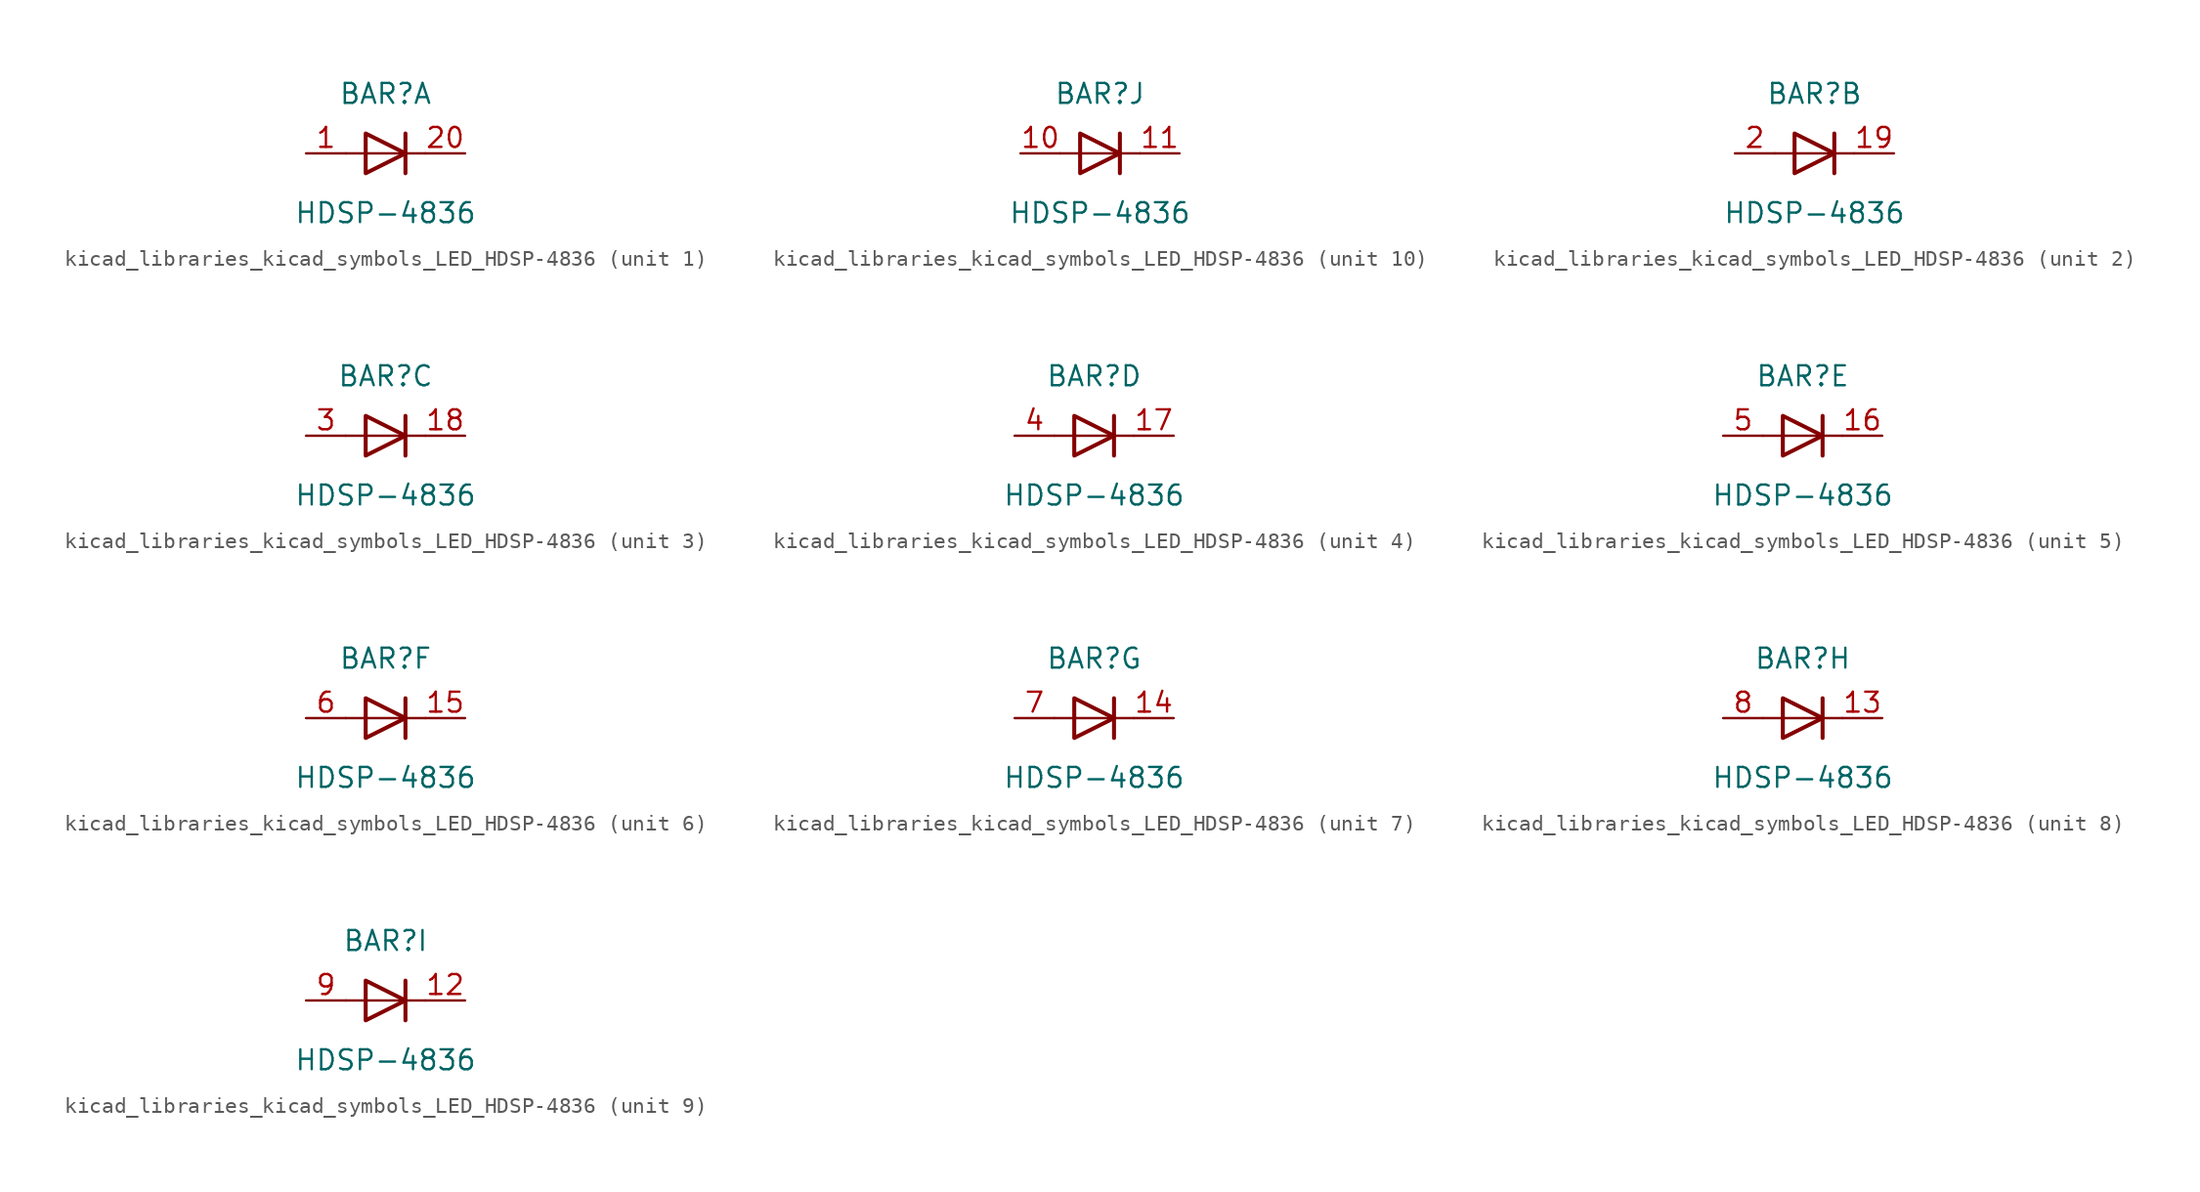
<source format=kicad_sym>
(kicad_symbol_lib
  (version 20220914)
  (generator kicad_symbol_editor)
  (symbol "kicad_libraries_kicad_symbols_LED_HDSP-4836"
    (pin_names
      (offset 1.016) hide)
    (property "Reference" "BAR"
      (at 0 3.81 0)
      (effects (font (size 1.27 1.27))))
    (property "Value" "HDSP-4836"
      (at 0 -3.81 0)
      (effects (font (size 1.27 1.27))))
    (symbol "kicad_libraries_kicad_symbols_LED_HDSP-4836_0_1"
      (polyline (pts (xy -2.54 0) (xy 2.54 0)) (stroke (width 0) (type default)) (fill (type none)))
      (polyline (pts (xy 1.27 -1.27) (xy 1.27 1.27)) (stroke (width 0.254) (type default)) (fill (type none)))
      (polyline (pts (xy -1.27 1.27) (xy -1.27 -1.27) (xy 1.27 0) (xy -1.27 1.27)) (stroke (width 0.254) (type default)) (fill (type none))))
    (symbol "kicad_libraries_kicad_symbols_LED_HDSP-4836_1_1"
      (pin passive line (at -5.08 0 0) (length 2.54) (name "A" (effects (font (size 1.27 1.27)))) (number "1" (effects (font (size 1.27 1.27)))))
      (pin passive line (at 5.08 0 180) (length 2.54) (name "K" (effects (font (size 1.27 1.27)))) (number "20" (effects (font (size 1.27 1.27))))))
    (symbol "kicad_libraries_kicad_symbols_LED_HDSP-4836_2_1"
      (pin passive line (at 5.08 0 180) (length 2.54) (name "K" (effects (font (size 1.27 1.27)))) (number "19" (effects (font (size 1.27 1.27)))))
      (pin passive line (at -5.08 0 0) (length 2.54) (name "A" (effects (font (size 1.27 1.27)))) (number "2" (effects (font (size 1.27 1.27))))))
    (symbol "kicad_libraries_kicad_symbols_LED_HDSP-4836_3_1"
      (pin passive line (at 5.08 0 180) (length 2.54) (name "K" (effects (font (size 1.27 1.27)))) (number "18" (effects (font (size 1.27 1.27)))))
      (pin passive line (at -5.08 0 0) (length 2.54) (name "A" (effects (font (size 1.27 1.27)))) (number "3" (effects (font (size 1.27 1.27))))))
    (symbol "kicad_libraries_kicad_symbols_LED_HDSP-4836_4_1"
      (pin passive line (at 5.08 0 180) (length 2.54) (name "K" (effects (font (size 1.27 1.27)))) (number "17" (effects (font (size 1.27 1.27)))))
      (pin passive line (at -5.08 0 0) (length 2.54) (name "A" (effects (font (size 1.27 1.27)))) (number "4" (effects (font (size 1.27 1.27))))))
    (symbol "kicad_libraries_kicad_symbols_LED_HDSP-4836_5_1"
      (pin passive line (at 5.08 0 180) (length 2.54) (name "K" (effects (font (size 1.27 1.27)))) (number "16" (effects (font (size 1.27 1.27)))))
      (pin passive line (at -5.08 0 0) (length 2.54) (name "A" (effects (font (size 1.27 1.27)))) (number "5" (effects (font (size 1.27 1.27))))))
    (symbol "kicad_libraries_kicad_symbols_LED_HDSP-4836_6_1"
      (pin passive line (at 5.08 0 180) (length 2.54) (name "K" (effects (font (size 1.27 1.27)))) (number "15" (effects (font (size 1.27 1.27)))))
      (pin passive line (at -5.08 0 0) (length 2.54) (name "A" (effects (font (size 1.27 1.27)))) (number "6" (effects (font (size 1.27 1.27))))))
    (symbol "kicad_libraries_kicad_symbols_LED_HDSP-4836_7_1"
      (pin passive line (at 5.08 0 180) (length 2.54) (name "K" (effects (font (size 1.27 1.27)))) (number "14" (effects (font (size 1.27 1.27)))))
      (pin passive line (at -5.08 0 0) (length 2.54) (name "A" (effects (font (size 1.27 1.27)))) (number "7" (effects (font (size 1.27 1.27))))))
    (symbol "kicad_libraries_kicad_symbols_LED_HDSP-4836_8_1"
      (pin passive line (at 5.08 0 180) (length 2.54) (name "K" (effects (font (size 1.27 1.27)))) (number "13" (effects (font (size 1.27 1.27)))))
      (pin passive line (at -5.08 0 0) (length 2.54) (name "A" (effects (font (size 1.27 1.27)))) (number "8" (effects (font (size 1.27 1.27))))))
    (symbol "kicad_libraries_kicad_symbols_LED_HDSP-4836_9_1"
      (pin passive line (at 5.08 0 180) (length 2.54) (name "K" (effects (font (size 1.27 1.27)))) (number "12" (effects (font (size 1.27 1.27)))))
      (pin passive line (at -5.08 0 0) (length 2.54) (name "A" (effects (font (size 1.27 1.27)))) (number "9" (effects (font (size 1.27 1.27))))))
    (symbol "kicad_libraries_kicad_symbols_LED_HDSP-4836_10_1"
      (pin passive line (at -5.08 0 0) (length 2.54) (name "A" (effects (font (size 1.27 1.27)))) (number "10" (effects (font (size 1.27 1.27)))))
      (pin passive line (at 5.08 0 180) (length 2.54) (name "K" (effects (font (size 1.27 1.27)))) (number "11" (effects (font (size 1.27 1.27))))))))
</source>
